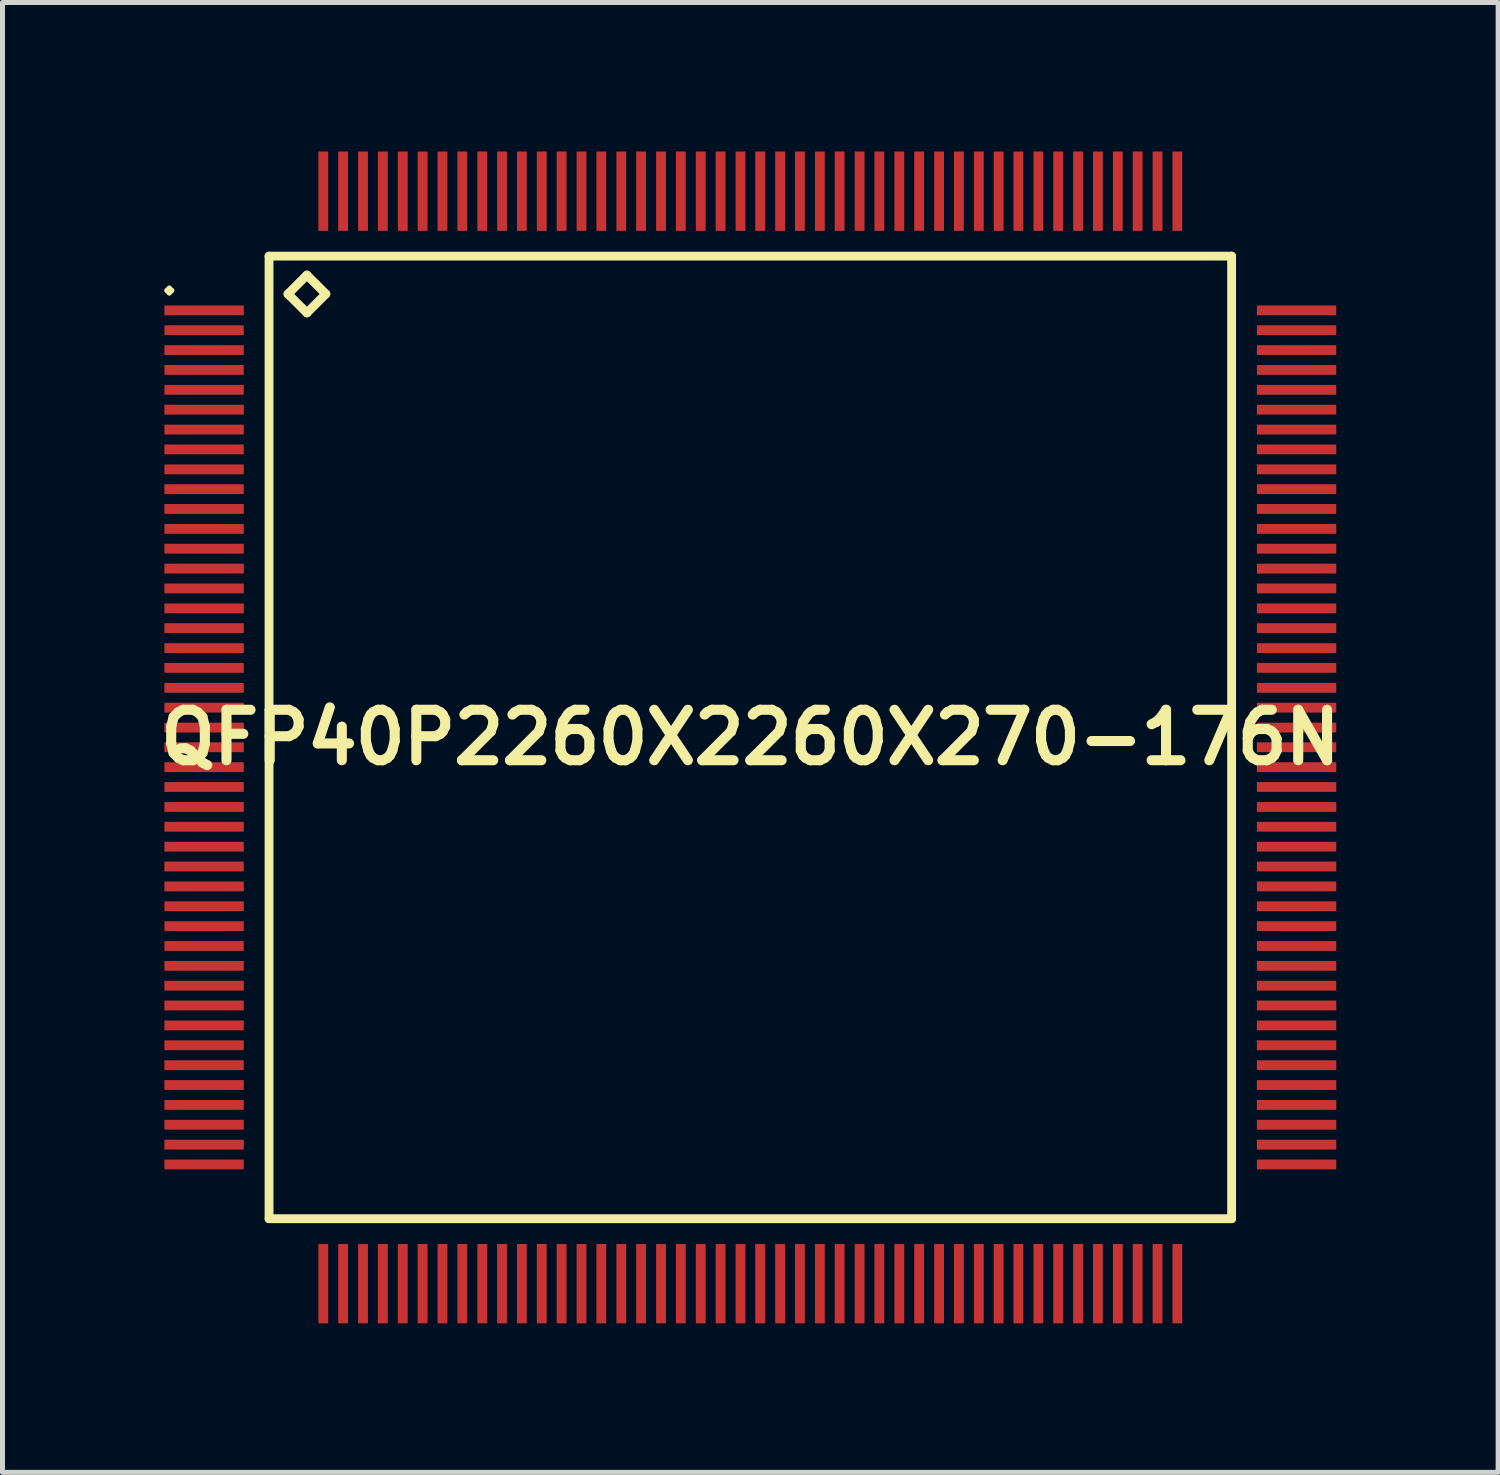
<source format=kicad_pcb>
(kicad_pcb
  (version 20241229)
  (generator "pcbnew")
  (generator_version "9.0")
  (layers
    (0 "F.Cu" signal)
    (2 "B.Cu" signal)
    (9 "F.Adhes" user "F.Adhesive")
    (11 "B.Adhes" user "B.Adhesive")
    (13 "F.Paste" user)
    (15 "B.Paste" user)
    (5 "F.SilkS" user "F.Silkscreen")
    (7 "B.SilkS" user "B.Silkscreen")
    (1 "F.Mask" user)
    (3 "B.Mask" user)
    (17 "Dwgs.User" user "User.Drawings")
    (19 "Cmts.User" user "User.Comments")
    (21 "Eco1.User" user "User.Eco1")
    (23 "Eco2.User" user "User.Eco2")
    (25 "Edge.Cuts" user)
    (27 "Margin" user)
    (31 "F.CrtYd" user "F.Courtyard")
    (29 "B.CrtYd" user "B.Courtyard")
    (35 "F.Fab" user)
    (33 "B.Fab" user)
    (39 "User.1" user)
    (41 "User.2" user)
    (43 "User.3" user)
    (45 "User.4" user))
  (footprint "QFP40P2260X2260X270-176N"
    (layer "F.Cu")
    (at 12.057 11.797)
    (property "Reference" "QFP40P2260X2260X270-176N" (at 0 0 0) (layer "F.SilkS") (effects (font (size 1.016 1.016) (thickness 0.203))))
    (attr smd)
    (fp_line (start -11.748 -8.999) (end -11.699 -9.047) (stroke (width 0.099) (type solid)) (layer "F.SilkS"))
    (fp_line (start -11.699 -9.047) (end -11.648 -8.999) (stroke (width 0.099) (type solid)) (layer "F.SilkS"))
    (fp_line (start -11.699 -8.948) (end -11.748 -8.999) (stroke (width 0.099) (type solid)) (layer "F.SilkS"))
    (fp_line (start -11.648 -8.999) (end -11.699 -8.948) (stroke (width 0.099) (type solid)) (layer "F.SilkS"))
    (fp_line (start -9.69 -9.69) (end -9.69 9.69) (stroke (width 0.178) (type solid)) (layer "F.SilkS"))
    (fp_line (start -9.69 9.69) (end 9.69 9.69) (stroke (width 0.178) (type solid)) (layer "F.SilkS"))
    (fp_line (start -9.309 -8.928) (end -8.928 -9.309) (stroke (width 0.178) (type solid)) (layer "F.SilkS"))
    (fp_line (start -8.928 -9.309) (end -8.547 -8.928) (stroke (width 0.178) (type solid)) (layer "F.SilkS"))
    (fp_line (start -8.928 -8.547) (end -9.309 -8.928) (stroke (width 0.178) (type solid)) (layer "F.SilkS"))
    (fp_line (start -8.547 -8.928) (end -8.928 -8.547) (stroke (width 0.178) (type solid)) (layer "F.SilkS"))
    (fp_line (start 9.69 -9.69) (end -9.69 -9.69) (stroke (width 0.178) (type solid)) (layer "F.SilkS"))
    (fp_line (start 9.69 9.69) (end 9.69 -9.69) (stroke (width 0.178) (type solid)) (layer "F.SilkS"))
    (pad "1" smd rect (at -10.998 -8.598) (size 1.598 0.198) (layers "F.Cu" "F.Mask" "F.Paste"))
    (pad "2" smd rect (at -10.998 -8.199) (size 1.598 0.198) (layers "F.Cu" "F.Mask" "F.Paste"))
    (pad "3" smd rect (at -10.998 -7.798) (size 1.598 0.198) (layers "F.Cu" "F.Mask" "F.Paste"))
    (pad "4" smd rect (at -10.998 -7.399) (size 1.598 0.198) (layers "F.Cu" "F.Mask" "F.Paste"))
    (pad "5" smd rect (at -10.998 -6.998) (size 1.598 0.198) (layers "F.Cu" "F.Mask" "F.Paste"))
    (pad "6" smd rect (at -10.998 -6.599) (size 1.598 0.198) (layers "F.Cu" "F.Mask" "F.Paste"))
    (pad "7" smd rect (at -10.998 -6.198) (size 1.598 0.198) (layers "F.Cu" "F.Mask" "F.Paste"))
    (pad "8" smd rect (at -10.998 -5.799) (size 1.598 0.198) (layers "F.Cu" "F.Mask" "F.Paste"))
    (pad "9" smd rect (at -10.998 -5.397) (size 1.598 0.198) (layers "F.Cu" "F.Mask" "F.Paste"))
    (pad "10" smd rect (at -10.998 -4.999) (size 1.598 0.198) (layers "F.Cu" "F.Mask" "F.Paste"))
    (pad "11" smd rect (at -10.998 -4.6) (size 1.598 0.198) (layers "F.Cu" "F.Mask" "F.Paste"))
    (pad "12" smd rect (at -10.998 -4.199) (size 1.598 0.198) (layers "F.Cu" "F.Mask" "F.Paste"))
    (pad "13" smd rect (at -10.998 -3.8) (size 1.598 0.198) (layers "F.Cu" "F.Mask" "F.Paste"))
    (pad "14" smd rect (at -10.998 -3.399) (size 1.598 0.198) (layers "F.Cu" "F.Mask" "F.Paste"))
    (pad "15" smd rect (at -10.998 -3) (size 1.598 0.198) (layers "F.Cu" "F.Mask" "F.Paste"))
    (pad "16" smd rect (at -10.998 -2.598) (size 1.598 0.198) (layers "F.Cu" "F.Mask" "F.Paste"))
    (pad "17" smd rect (at -10.998 -2.2) (size 1.598 0.198) (layers "F.Cu" "F.Mask" "F.Paste"))
    (pad "18" smd rect (at -10.998 -1.798) (size 1.598 0.198) (layers "F.Cu" "F.Mask" "F.Paste"))
    (pad "19" smd rect (at -10.998 -1.4) (size 1.598 0.198) (layers "F.Cu" "F.Mask" "F.Paste"))
    (pad "20" smd rect (at -10.998 -0.998) (size 1.598 0.198) (layers "F.Cu" "F.Mask" "F.Paste"))
    (pad "21" smd rect (at -10.998 -0.599) (size 1.598 0.198) (layers "F.Cu" "F.Mask" "F.Paste"))
    (pad "22" smd rect (at -10.998 -0.198) (size 1.598 0.198) (layers "F.Cu" "F.Mask" "F.Paste"))
    (pad "23" smd rect (at -10.998 0.198) (size 1.598 0.198) (layers "F.Cu" "F.Mask" "F.Paste"))
    (pad "24" smd rect (at -10.998 0.599) (size 1.598 0.198) (layers "F.Cu" "F.Mask" "F.Paste"))
    (pad "25" smd rect (at -10.998 0.998) (size 1.598 0.198) (layers "F.Cu" "F.Mask" "F.Paste"))
    (pad "26" smd rect (at -10.998 1.4) (size 1.598 0.198) (layers "F.Cu" "F.Mask" "F.Paste"))
    (pad "27" smd rect (at -10.998 1.798) (size 1.598 0.198) (layers "F.Cu" "F.Mask" "F.Paste"))
    (pad "28" smd rect (at -10.998 2.2) (size 1.598 0.198) (layers "F.Cu" "F.Mask" "F.Paste"))
    (pad "29" smd rect (at -10.998 2.598) (size 1.598 0.198) (layers "F.Cu" "F.Mask" "F.Paste"))
    (pad "30" smd rect (at -10.998 3) (size 1.598 0.198) (layers "F.Cu" "F.Mask" "F.Paste"))
    (pad "31" smd rect (at -10.998 3.399) (size 1.598 0.198) (layers "F.Cu" "F.Mask" "F.Paste"))
    (pad "32" smd rect (at -10.998 3.8) (size 1.598 0.198) (layers "F.Cu" "F.Mask" "F.Paste"))
    (pad "33" smd rect (at -10.998 4.199) (size 1.598 0.198) (layers "F.Cu" "F.Mask" "F.Paste"))
    (pad "34" smd rect (at -10.998 4.6) (size 1.598 0.198) (layers "F.Cu" "F.Mask" "F.Paste"))
    (pad "35" smd rect (at -10.998 4.999) (size 1.598 0.198) (layers "F.Cu" "F.Mask" "F.Paste"))
    (pad "36" smd rect (at -10.998 5.397) (size 1.598 0.198) (layers "F.Cu" "F.Mask" "F.Paste"))
    (pad "37" smd rect (at -10.998 5.799) (size 1.598 0.198) (layers "F.Cu" "F.Mask" "F.Paste"))
    (pad "38" smd rect (at -10.998 6.198) (size 1.598 0.198) (layers "F.Cu" "F.Mask" "F.Paste"))
    (pad "39" smd rect (at -10.998 6.599) (size 1.598 0.198) (layers "F.Cu" "F.Mask" "F.Paste"))
    (pad "40" smd rect (at -10.998 6.998) (size 1.598 0.198) (layers "F.Cu" "F.Mask" "F.Paste"))
    (pad "41" smd rect (at -10.998 7.399) (size 1.598 0.198) (layers "F.Cu" "F.Mask" "F.Paste"))
    (pad "42" smd rect (at -10.998 7.798) (size 1.598 0.198) (layers "F.Cu" "F.Mask" "F.Paste"))
    (pad "43" smd rect (at -10.998 8.199) (size 1.598 0.198) (layers "F.Cu" "F.Mask" "F.Paste"))
    (pad "44" smd rect (at -10.998 8.598) (size 1.598 0.198) (layers "F.Cu" "F.Mask" "F.Paste"))
    (pad "45" smd rect (at -8.598 10.998) (size 0.198 1.598) (layers "F.Cu" "F.Mask" "F.Paste"))
    (pad "46" smd rect (at -8.199 10.998) (size 0.198 1.598) (layers "F.Cu" "F.Mask" "F.Paste"))
    (pad "47" smd rect (at -7.798 10.998) (size 0.198 1.598) (layers "F.Cu" "F.Mask" "F.Paste"))
    (pad "48" smd rect (at -7.399 10.998) (size 0.198 1.598) (layers "F.Cu" "F.Mask" "F.Paste"))
    (pad "49" smd rect (at -6.998 10.998) (size 0.198 1.598) (layers "F.Cu" "F.Mask" "F.Paste"))
    (pad "50" smd rect (at -6.599 10.998) (size 0.198 1.598) (layers "F.Cu" "F.Mask" "F.Paste"))
    (pad "51" smd rect (at -6.198 10.998) (size 0.198 1.598) (layers "F.Cu" "F.Mask" "F.Paste"))
    (pad "52" smd rect (at -5.799 10.998) (size 0.198 1.598) (layers "F.Cu" "F.Mask" "F.Paste"))
    (pad "53" smd rect (at -5.397 10.998) (size 0.198 1.598) (layers "F.Cu" "F.Mask" "F.Paste"))
    (pad "54" smd rect (at -4.999 10.998) (size 0.198 1.598) (layers "F.Cu" "F.Mask" "F.Paste"))
    (pad "55" smd rect (at -4.6 10.998) (size 0.198 1.598) (layers "F.Cu" "F.Mask" "F.Paste"))
    (pad "56" smd rect (at -4.199 10.998) (size 0.198 1.598) (layers "F.Cu" "F.Mask" "F.Paste"))
    (pad "57" smd rect (at -3.8 10.998) (size 0.198 1.598) (layers "F.Cu" "F.Mask" "F.Paste"))
    (pad "58" smd rect (at -3.399 10.998) (size 0.198 1.598) (layers "F.Cu" "F.Mask" "F.Paste"))
    (pad "59" smd rect (at -3 10.998) (size 0.198 1.598) (layers "F.Cu" "F.Mask" "F.Paste"))
    (pad "60" smd rect (at -2.598 10.998) (size 0.198 1.598) (layers "F.Cu" "F.Mask" "F.Paste"))
    (pad "61" smd rect (at -2.2 10.998) (size 0.198 1.598) (layers "F.Cu" "F.Mask" "F.Paste"))
    (pad "62" smd rect (at -1.798 10.998) (size 0.198 1.598) (layers "F.Cu" "F.Mask" "F.Paste"))
    (pad "63" smd rect (at -1.4 10.998) (size 0.198 1.598) (layers "F.Cu" "F.Mask" "F.Paste"))
    (pad "64" smd rect (at -0.998 10.998) (size 0.198 1.598) (layers "F.Cu" "F.Mask" "F.Paste"))
    (pad "65" smd rect (at -0.599 10.998) (size 0.198 1.598) (layers "F.Cu" "F.Mask" "F.Paste"))
    (pad "66" smd rect (at -0.198 10.998) (size 0.198 1.598) (layers "F.Cu" "F.Mask" "F.Paste"))
    (pad "67" smd rect (at 0.198 10.998) (size 0.198 1.598) (layers "F.Cu" "F.Mask" "F.Paste"))
    (pad "68" smd rect (at 0.599 10.998) (size 0.198 1.598) (layers "F.Cu" "F.Mask" "F.Paste"))
    (pad "69" smd rect (at 0.998 10.998) (size 0.198 1.598) (layers "F.Cu" "F.Mask" "F.Paste"))
    (pad "70" smd rect (at 1.4 10.998) (size 0.198 1.598) (layers "F.Cu" "F.Mask" "F.Paste"))
    (pad "71" smd rect (at 1.798 10.998) (size 0.198 1.598) (layers "F.Cu" "F.Mask" "F.Paste"))
    (pad "72" smd rect (at 2.2 10.998) (size 0.198 1.598) (layers "F.Cu" "F.Mask" "F.Paste"))
    (pad "73" smd rect (at 2.598 10.998) (size 0.198 1.598) (layers "F.Cu" "F.Mask" "F.Paste"))
    (pad "74" smd rect (at 3 10.998) (size 0.198 1.598) (layers "F.Cu" "F.Mask" "F.Paste"))
    (pad "75" smd rect (at 3.399 10.998) (size 0.198 1.598) (layers "F.Cu" "F.Mask" "F.Paste"))
    (pad "76" smd rect (at 3.8 10.998) (size 0.198 1.598) (layers "F.Cu" "F.Mask" "F.Paste"))
    (pad "77" smd rect (at 4.199 10.998) (size 0.198 1.598) (layers "F.Cu" "F.Mask" "F.Paste"))
    (pad "78" smd rect (at 4.6 10.998) (size 0.198 1.598) (layers "F.Cu" "F.Mask" "F.Paste"))
    (pad "79" smd rect (at 4.999 10.998) (size 0.198 1.598) (layers "F.Cu" "F.Mask" "F.Paste"))
    (pad "80" smd rect (at 5.397 10.998) (size 0.198 1.598) (layers "F.Cu" "F.Mask" "F.Paste"))
    (pad "81" smd rect (at 5.799 10.998) (size 0.198 1.598) (layers "F.Cu" "F.Mask" "F.Paste"))
    (pad "82" smd rect (at 6.198 10.998) (size 0.198 1.598) (layers "F.Cu" "F.Mask" "F.Paste"))
    (pad "83" smd rect (at 6.599 10.998) (size 0.198 1.598) (layers "F.Cu" "F.Mask" "F.Paste"))
    (pad "84" smd rect (at 6.998 10.998) (size 0.198 1.598) (layers "F.Cu" "F.Mask" "F.Paste"))
    (pad "85" smd rect (at 7.399 10.998) (size 0.198 1.598) (layers "F.Cu" "F.Mask" "F.Paste"))
    (pad "86" smd rect (at 7.798 10.998) (size 0.198 1.598) (layers "F.Cu" "F.Mask" "F.Paste"))
    (pad "87" smd rect (at 8.199 10.998) (size 0.198 1.598) (layers "F.Cu" "F.Mask" "F.Paste"))
    (pad "88" smd rect (at 8.598 10.998) (size 0.198 1.598) (layers "F.Cu" "F.Mask" "F.Paste"))
    (pad "89" smd rect (at 10.998 8.598) (size 1.598 0.198) (layers "F.Cu" "F.Mask" "F.Paste"))
    (pad "90" smd rect (at 10.998 8.199) (size 1.598 0.198) (layers "F.Cu" "F.Mask" "F.Paste"))
    (pad "91" smd rect (at 10.998 7.798) (size 1.598 0.198) (layers "F.Cu" "F.Mask" "F.Paste"))
    (pad "92" smd rect (at 10.998 7.399) (size 1.598 0.198) (layers "F.Cu" "F.Mask" "F.Paste"))
    (pad "93" smd rect (at 10.998 6.998) (size 1.598 0.198) (layers "F.Cu" "F.Mask" "F.Paste"))
    (pad "94" smd rect (at 10.998 6.599) (size 1.598 0.198) (layers "F.Cu" "F.Mask" "F.Paste"))
    (pad "95" smd rect (at 10.998 6.198) (size 1.598 0.198) (layers "F.Cu" "F.Mask" "F.Paste"))
    (pad "96" smd rect (at 10.998 5.799) (size 1.598 0.198) (layers "F.Cu" "F.Mask" "F.Paste"))
    (pad "97" smd rect (at 10.998 5.397) (size 1.598 0.198) (layers "F.Cu" "F.Mask" "F.Paste"))
    (pad "98" smd rect (at 10.998 4.999) (size 1.598 0.198) (layers "F.Cu" "F.Mask" "F.Paste"))
    (pad "99" smd rect (at 10.998 4.6) (size 1.598 0.198) (layers "F.Cu" "F.Mask" "F.Paste"))
    (pad "100" smd rect (at 10.998 4.199) (size 1.598 0.198) (layers "F.Cu" "F.Mask" "F.Paste"))
    (pad "101" smd rect (at 10.998 3.8) (size 1.598 0.198) (layers "F.Cu" "F.Mask" "F.Paste"))
    (pad "102" smd rect (at 10.998 3.399) (size 1.598 0.198) (layers "F.Cu" "F.Mask" "F.Paste"))
    (pad "103" smd rect (at 10.998 3) (size 1.598 0.198) (layers "F.Cu" "F.Mask" "F.Paste"))
    (pad "104" smd rect (at 10.998 2.598) (size 1.598 0.198) (layers "F.Cu" "F.Mask" "F.Paste"))
    (pad "105" smd rect (at 10.998 2.2) (size 1.598 0.198) (layers "F.Cu" "F.Mask" "F.Paste"))
    (pad "106" smd rect (at 10.998 1.798) (size 1.598 0.198) (layers "F.Cu" "F.Mask" "F.Paste"))
    (pad "107" smd rect (at 10.998 1.4) (size 1.598 0.198) (layers "F.Cu" "F.Mask" "F.Paste"))
    (pad "108" smd rect (at 10.998 0.998) (size 1.598 0.198) (layers "F.Cu" "F.Mask" "F.Paste"))
    (pad "109" smd rect (at 10.998 0.599) (size 1.598 0.198) (layers "F.Cu" "F.Mask" "F.Paste"))
    (pad "110" smd rect (at 10.998 0.198) (size 1.598 0.198) (layers "F.Cu" "F.Mask" "F.Paste"))
    (pad "111" smd rect (at 10.998 -0.198) (size 1.598 0.198) (layers "F.Cu" "F.Mask" "F.Paste"))
    (pad "112" smd rect (at 10.998 -0.599) (size 1.598 0.198) (layers "F.Cu" "F.Mask" "F.Paste"))
    (pad "113" smd rect (at 10.998 -0.998) (size 1.598 0.198) (layers "F.Cu" "F.Mask" "F.Paste"))
    (pad "114" smd rect (at 10.998 -1.4) (size 1.598 0.198) (layers "F.Cu" "F.Mask" "F.Paste"))
    (pad "115" smd rect (at 10.998 -1.798) (size 1.598 0.198) (layers "F.Cu" "F.Mask" "F.Paste"))
    (pad "116" smd rect (at 10.998 -2.2) (size 1.598 0.198) (layers "F.Cu" "F.Mask" "F.Paste"))
    (pad "117" smd rect (at 10.998 -2.598) (size 1.598 0.198) (layers "F.Cu" "F.Mask" "F.Paste"))
    (pad "118" smd rect (at 10.998 -3) (size 1.598 0.198) (layers "F.Cu" "F.Mask" "F.Paste"))
    (pad "119" smd rect (at 10.998 -3.399) (size 1.598 0.198) (layers "F.Cu" "F.Mask" "F.Paste"))
    (pad "120" smd rect (at 10.998 -3.8) (size 1.598 0.198) (layers "F.Cu" "F.Mask" "F.Paste"))
    (pad "121" smd rect (at 10.998 -4.199) (size 1.598 0.198) (layers "F.Cu" "F.Mask" "F.Paste"))
    (pad "122" smd rect (at 10.998 -4.6) (size 1.598 0.198) (layers "F.Cu" "F.Mask" "F.Paste"))
    (pad "123" smd rect (at 10.998 -4.999) (size 1.598 0.198) (layers "F.Cu" "F.Mask" "F.Paste"))
    (pad "124" smd rect (at 10.998 -5.397) (size 1.598 0.198) (layers "F.Cu" "F.Mask" "F.Paste"))
    (pad "125" smd rect (at 10.998 -5.799) (size 1.598 0.198) (layers "F.Cu" "F.Mask" "F.Paste"))
    (pad "126" smd rect (at 10.998 -6.198) (size 1.598 0.198) (layers "F.Cu" "F.Mask" "F.Paste"))
    (pad "127" smd rect (at 10.998 -6.599) (size 1.598 0.198) (layers "F.Cu" "F.Mask" "F.Paste"))
    (pad "128" smd rect (at 10.998 -6.998) (size 1.598 0.198) (layers "F.Cu" "F.Mask" "F.Paste"))
    (pad "129" smd rect (at 10.998 -7.399) (size 1.598 0.198) (layers "F.Cu" "F.Mask" "F.Paste"))
    (pad "130" smd rect (at 10.998 -7.798) (size 1.598 0.198) (layers "F.Cu" "F.Mask" "F.Paste"))
    (pad "131" smd rect (at 10.998 -8.199) (size 1.598 0.198) (layers "F.Cu" "F.Mask" "F.Paste"))
    (pad "132" smd rect (at 10.998 -8.598) (size 1.598 0.198) (layers "F.Cu" "F.Mask" "F.Paste"))
    (pad "133" smd rect (at 8.598 -10.998) (size 0.198 1.598) (layers "F.Cu" "F.Mask" "F.Paste"))
    (pad "134" smd rect (at 8.199 -10.998) (size 0.198 1.598) (layers "F.Cu" "F.Mask" "F.Paste"))
    (pad "135" smd rect (at 7.798 -10.998) (size 0.198 1.598) (layers "F.Cu" "F.Mask" "F.Paste"))
    (pad "136" smd rect (at 7.399 -10.998) (size 0.198 1.598) (layers "F.Cu" "F.Mask" "F.Paste"))
    (pad "137" smd rect (at 6.998 -10.998) (size 0.198 1.598) (layers "F.Cu" "F.Mask" "F.Paste"))
    (pad "138" smd rect (at 6.599 -10.998) (size 0.198 1.598) (layers "F.Cu" "F.Mask" "F.Paste"))
    (pad "139" smd rect (at 6.198 -10.998) (size 0.198 1.598) (layers "F.Cu" "F.Mask" "F.Paste"))
    (pad "140" smd rect (at 5.799 -10.998) (size 0.198 1.598) (layers "F.Cu" "F.Mask" "F.Paste"))
    (pad "141" smd rect (at 5.397 -10.998) (size 0.198 1.598) (layers "F.Cu" "F.Mask" "F.Paste"))
    (pad "142" smd rect (at 4.999 -10.998) (size 0.198 1.598) (layers "F.Cu" "F.Mask" "F.Paste"))
    (pad "143" smd rect (at 4.6 -10.998) (size 0.198 1.598) (layers "F.Cu" "F.Mask" "F.Paste"))
    (pad "144" smd rect (at 4.199 -10.998) (size 0.198 1.598) (layers "F.Cu" "F.Mask" "F.Paste"))
    (pad "145" smd rect (at 3.8 -10.998) (size 0.198 1.598) (layers "F.Cu" "F.Mask" "F.Paste"))
    (pad "146" smd rect (at 3.399 -10.998) (size 0.198 1.598) (layers "F.Cu" "F.Mask" "F.Paste"))
    (pad "147" smd rect (at 3 -10.998) (size 0.198 1.598) (layers "F.Cu" "F.Mask" "F.Paste"))
    (pad "148" smd rect (at 2.598 -10.998) (size 0.198 1.598) (layers "F.Cu" "F.Mask" "F.Paste"))
    (pad "149" smd rect (at 2.2 -10.998) (size 0.198 1.598) (layers "F.Cu" "F.Mask" "F.Paste"))
    (pad "150" smd rect (at 1.798 -10.998) (size 0.198 1.598) (layers "F.Cu" "F.Mask" "F.Paste"))
    (pad "151" smd rect (at 1.4 -10.998) (size 0.198 1.598) (layers "F.Cu" "F.Mask" "F.Paste"))
    (pad "152" smd rect (at 0.998 -10.998) (size 0.198 1.598) (layers "F.Cu" "F.Mask" "F.Paste"))
    (pad "153" smd rect (at 0.599 -10.998) (size 0.198 1.598) (layers "F.Cu" "F.Mask" "F.Paste"))
    (pad "154" smd rect (at 0.198 -10.998) (size 0.198 1.598) (layers "F.Cu" "F.Mask" "F.Paste"))
    (pad "155" smd rect (at -0.198 -10.998) (size 0.198 1.598) (layers "F.Cu" "F.Mask" "F.Paste"))
    (pad "156" smd rect (at -0.599 -10.998) (size 0.198 1.598) (layers "F.Cu" "F.Mask" "F.Paste"))
    (pad "157" smd rect (at -0.998 -10.998) (size 0.198 1.598) (layers "F.Cu" "F.Mask" "F.Paste"))
    (pad "158" smd rect (at -1.4 -10.998) (size 0.198 1.598) (layers "F.Cu" "F.Mask" "F.Paste"))
    (pad "159" smd rect (at -1.798 -10.998) (size 0.198 1.598) (layers "F.Cu" "F.Mask" "F.Paste"))
    (pad "160" smd rect (at -2.2 -10.998) (size 0.198 1.598) (layers "F.Cu" "F.Mask" "F.Paste"))
    (pad "161" smd rect (at -2.598 -10.998) (size 0.198 1.598) (layers "F.Cu" "F.Mask" "F.Paste"))
    (pad "162" smd rect (at -3 -10.998) (size 0.198 1.598) (layers "F.Cu" "F.Mask" "F.Paste"))
    (pad "163" smd rect (at -3.399 -10.998) (size 0.198 1.598) (layers "F.Cu" "F.Mask" "F.Paste"))
    (pad "164" smd rect (at -3.8 -10.998) (size 0.198 1.598) (layers "F.Cu" "F.Mask" "F.Paste"))
    (pad "165" smd rect (at -4.199 -10.998) (size 0.198 1.598) (layers "F.Cu" "F.Mask" "F.Paste"))
    (pad "166" smd rect (at -4.6 -10.998) (size 0.198 1.598) (layers "F.Cu" "F.Mask" "F.Paste"))
    (pad "167" smd rect (at -4.999 -10.998) (size 0.198 1.598) (layers "F.Cu" "F.Mask" "F.Paste"))
    (pad "168" smd rect (at -5.397 -10.998) (size 0.198 1.598) (layers "F.Cu" "F.Mask" "F.Paste"))
    (pad "169" smd rect (at -5.799 -10.998) (size 0.198 1.598) (layers "F.Cu" "F.Mask" "F.Paste"))
    (pad "170" smd rect (at -6.198 -10.998) (size 0.198 1.598) (layers "F.Cu" "F.Mask" "F.Paste"))
    (pad "171" smd rect (at -6.599 -10.998) (size 0.198 1.598) (layers "F.Cu" "F.Mask" "F.Paste"))
    (pad "172" smd rect (at -6.998 -10.998) (size 0.198 1.598) (layers "F.Cu" "F.Mask" "F.Paste"))
    (pad "173" smd rect (at -7.399 -10.998) (size 0.198 1.598) (layers "F.Cu" "F.Mask" "F.Paste"))
    (pad "174" smd rect (at -7.798 -10.998) (size 0.198 1.598) (layers "F.Cu" "F.Mask" "F.Paste"))
    (pad "175" smd rect (at -8.199 -10.998) (size 0.198 1.598) (layers "F.Cu" "F.Mask" "F.Paste"))
    (pad "176" smd rect (at -8.598 -10.998) (size 0.198 1.598) (layers "F.Cu" "F.Mask" "F.Paste")))
  (gr_rect
    (start -3 -3)
    (end 27.113 26.594)
    (stroke (width 0.1) (type default))
    (fill no)
    (layer "Edge.Cuts")))
</source>
